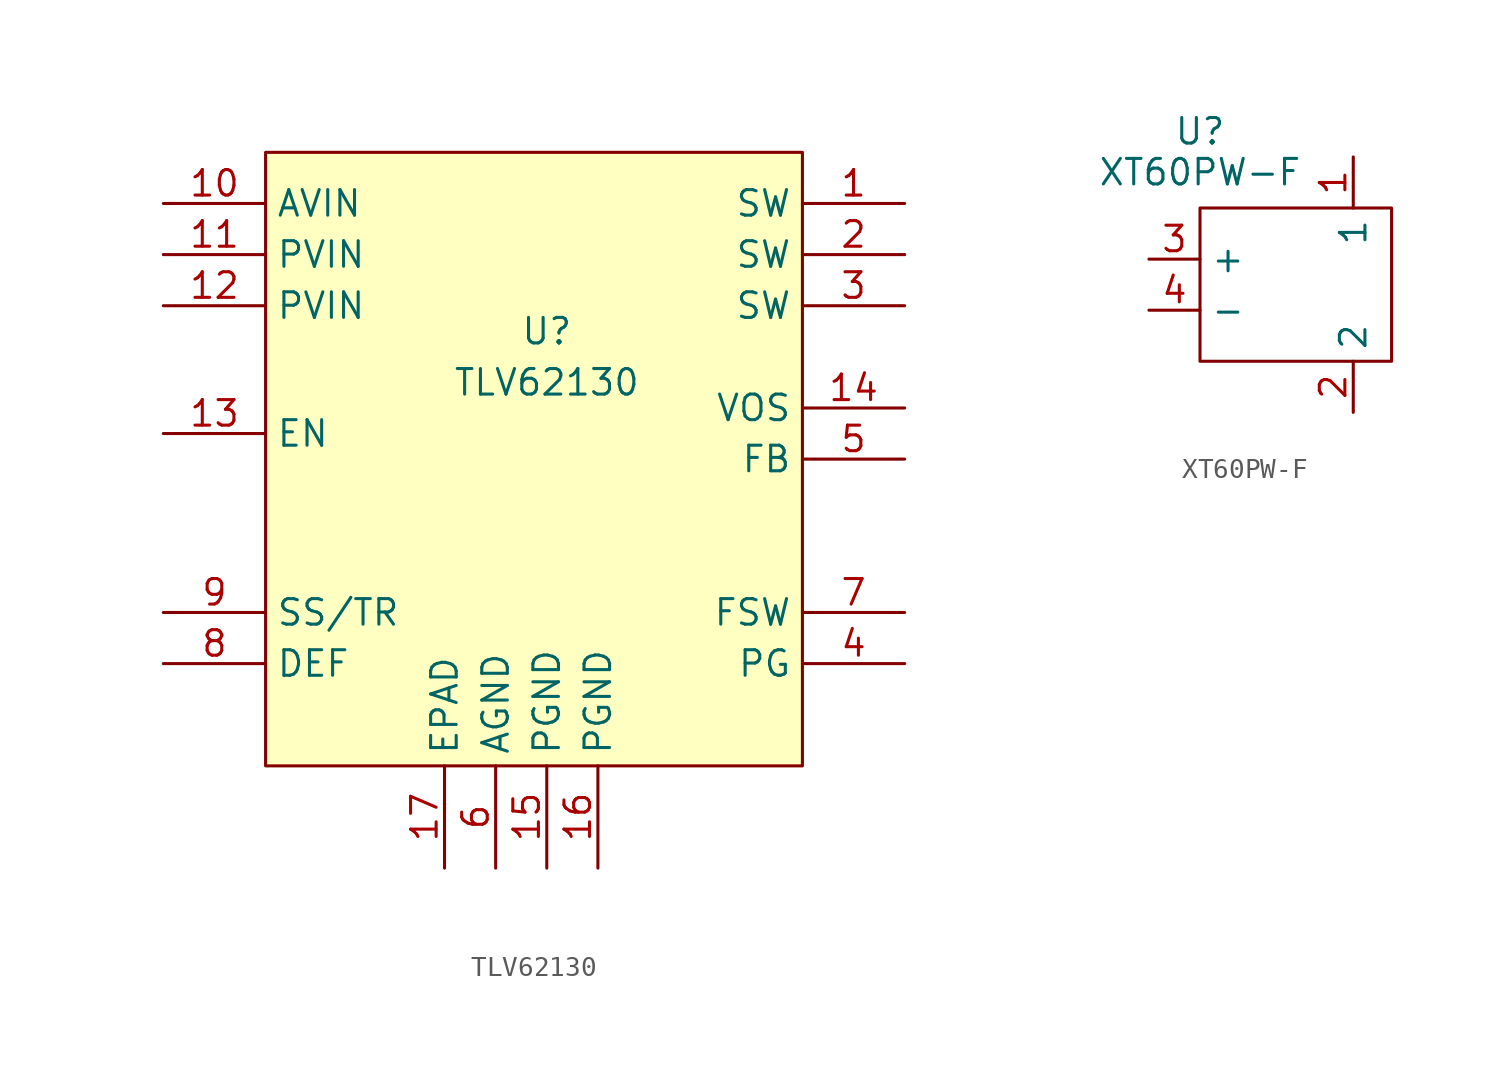
<source format=kicad_sym>
(kicad_symbol_lib
  (version 20241209)
  (generator "kicad_symbol_editor")
  (generator_version "9.0")
  (symbol "TLV62130"
    (property "Reference" "U"
      (at 0 0 0)
      (effects (font (size 1.27 1.27))))
    (property "Value" "TLV62130"
      (at 0 -2.54 0)
      (effects (font (size 1.27 1.27))))
    (symbol "TLV62130_1_1"
      (rectangle (start -13.97 8.89) (end 12.7 -21.59) (stroke (width 0) (type default)) (fill (type background)))
      (pin input line (at -19.05 6.35 0) (length 5.08) (name "AVIN" (effects (font (size 1.27 1.27)))) (number "10" (effects (font (size 1.27 1.27)))))
      (pin input line (at -19.05 3.81 0) (length 5.08) (name "PVIN" (effects (font (size 1.27 1.27)))) (number "11" (effects (font (size 1.27 1.27)))))
      (pin input line (at -19.05 1.27 0) (length 5.08) (name "PVIN" (effects (font (size 1.27 1.27)))) (number "12" (effects (font (size 1.27 1.27)))))
      (pin input line (at -19.05 -5.08 0) (length 5.08) (name "EN" (effects (font (size 1.27 1.27)))) (number "13" (effects (font (size 1.27 1.27)))))
      (pin input line (at -19.05 -13.97 0) (length 5.08) (name "SS/TR" (effects (font (size 1.27 1.27)))) (number "9" (effects (font (size 1.27 1.27)))))
      (pin input line (at -19.05 -16.51 0) (length 5.08) (name "DEF" (effects (font (size 1.27 1.27)))) (number "8" (effects (font (size 1.27 1.27)))))
      (pin input line (at -5.08 -26.67 90) (length 5.08) (name "EPAD" (effects (font (size 1.27 1.27)))) (number "17" (effects (font (size 1.27 1.27)))))
      (pin input line (at -2.54 -26.67 90) (length 5.08) (name "AGND" (effects (font (size 1.27 1.27)))) (number "6" (effects (font (size 1.27 1.27)))))
      (pin input line (at 0 -26.67 90) (length 5.08) (name "PGND" (effects (font (size 1.27 1.27)))) (number "15" (effects (font (size 1.27 1.27)))))
      (pin input line (at 2.54 -26.67 90) (length 5.08) (name "PGND" (effects (font (size 1.27 1.27)))) (number "16" (effects (font (size 1.27 1.27)))))
      (pin input line (at 17.78 6.35 180) (length 5.08) (name "SW" (effects (font (size 1.27 1.27)))) (number "1" (effects (font (size 1.27 1.27)))))
      (pin input line (at 17.78 3.81 180) (length 5.08) (name "SW" (effects (font (size 1.27 1.27)))) (number "2" (effects (font (size 1.27 1.27)))))
      (pin input line (at 17.78 1.27 180) (length 5.08) (name "SW" (effects (font (size 1.27 1.27)))) (number "3" (effects (font (size 1.27 1.27)))))
      (pin input line (at 17.78 -3.81 180) (length 5.08) (name "VOS" (effects (font (size 1.27 1.27)))) (number "14" (effects (font (size 1.27 1.27)))))
      (pin input line (at 17.78 -6.35 180) (length 5.08) (name "FB" (effects (font (size 1.27 1.27)))) (number "5" (effects (font (size 1.27 1.27)))))
      (pin input line (at 17.78 -13.97 180) (length 5.08) (name "FSW" (effects (font (size 1.27 1.27)))) (number "7" (effects (font (size 1.27 1.27)))))
      (pin input line (at 17.78 -16.51 180) (length 5.08) (name "PG" (effects (font (size 1.27 1.27)))) (number "4" (effects (font (size 1.27 1.27)))))))
  (symbol "XT60PW-F"
    (property "Reference" "U"
      (at 0 0 0)
      (effects (font (size 1.27 1.27))))
    (property "Value" "XT60PW-F"
      (at 0 -2.032 0)
      (effects (font (size 1.27 1.27))))
    (symbol "XT60PW-F_0_1"
      (rectangle (start 0 -3.81) (end 9.525 -11.43) (stroke (width 0) (type default)) (fill (type none))))
    (symbol "XT60PW-F_1_0"
      (pin input line (at -2.54 -6.35 0) (length 2.54) (name "+" (effects (font (size 1.27 1.27)))) (number "3" (effects (font (size 1.27 1.27)))))
      (pin input line (at -2.54 -8.89 0) (length 2.54) (name "-" (effects (font (size 1.27 1.27)))) (number "4" (effects (font (size 1.27 1.27))))))
    (symbol "XT60PW-F_1_1"
      (pin input line (at 7.62 -1.27 270) (length 2.54) (name "1" (effects (font (size 1.27 1.27)))) (number "1" (effects (font (size 1.27 1.27)))))
      (pin input line (at 7.62 -13.97 90) (length 2.54) (name "2" (effects (font (size 1.27 1.27)))) (number "2" (effects (font (size 1.27 1.27))))))))
</source>
